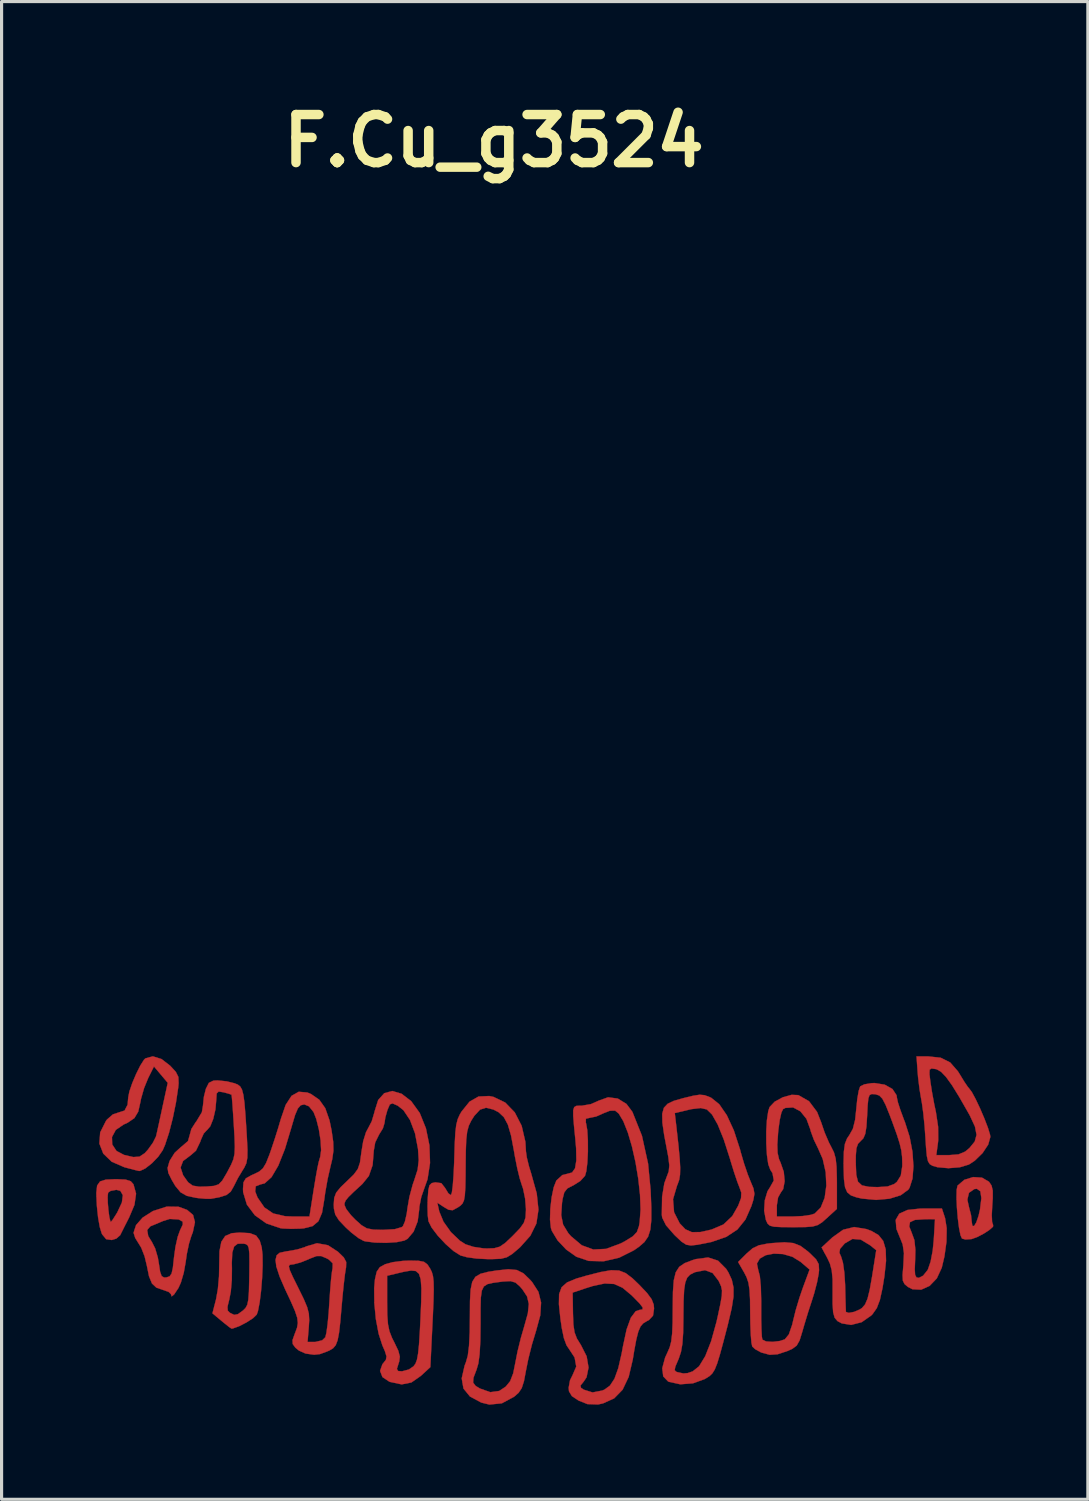
<source format=kicad_pcb>
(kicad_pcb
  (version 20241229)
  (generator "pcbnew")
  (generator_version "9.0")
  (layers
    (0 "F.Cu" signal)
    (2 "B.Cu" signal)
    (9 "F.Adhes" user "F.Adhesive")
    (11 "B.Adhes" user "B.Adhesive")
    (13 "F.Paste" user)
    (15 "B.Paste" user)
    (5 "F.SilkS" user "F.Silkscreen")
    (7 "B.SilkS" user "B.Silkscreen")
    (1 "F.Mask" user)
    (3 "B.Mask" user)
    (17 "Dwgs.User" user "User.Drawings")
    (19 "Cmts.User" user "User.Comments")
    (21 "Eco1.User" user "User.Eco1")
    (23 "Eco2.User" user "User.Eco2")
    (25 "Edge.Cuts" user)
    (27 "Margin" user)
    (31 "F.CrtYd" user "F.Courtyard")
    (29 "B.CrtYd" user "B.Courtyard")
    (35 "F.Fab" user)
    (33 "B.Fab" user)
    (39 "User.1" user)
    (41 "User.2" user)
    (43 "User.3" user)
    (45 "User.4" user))
  (footprint "F.Cu_g3524"
    (layer "F.Cu")
    (at 12.617 1.418)
    (property "Reference" "F.Cu_g3524" (at 0 0 0) (layer "F.SilkS") (effects (font (size 1.524 1.524) (thickness 0.3))))
    (attr through_hole)
    (fp_poly (pts (xy -11.68 32.95) (xy -11.519 33.002) (xy -11.433 33.099) (xy -11.351 33.396) (xy -11.402 33.751) (xy -11.571 34.151) (xy -11.704 34.412) (xy -11.811 34.625) (xy -11.854 34.713) (xy -11.977 34.821) (xy -12.122 34.866) (xy -12.3 34.84) (xy -12.426 34.687) (xy -12.442 34.654) (xy -12.502 34.455) (xy -12.556 34.148) (xy -12.593 33.796) (xy -12.596 33.752) (xy -12.608 33.474) (xy -12.252 33.474) (xy -12.248 33.68) (xy -12.228 33.92) (xy -12.199 34.137) (xy -12.166 34.272) (xy -12.15 34.29) (xy -12.095 34.225) (xy -11.99 34.061) (xy -11.946 33.989) (xy -11.801 33.678) (xy -11.77 33.444) (xy -11.851 33.305) (xy -11.975 33.274) (xy -12.156 33.307) (xy -12.237 33.363) (xy -12.252 33.474) (xy -12.608 33.474) (xy -12.612 33.377) (xy -12.586 33.139) (xy -12.494 33.008) (xy -12.311 32.951) (xy -12.013 32.937) (xy -11.962 32.937) (xy -11.68 32.95)) (stroke (width 0.01) (type solid)) (fill yes) (layer "F.Cu"))
    (fp_poly (pts (xy 15.482 32.888) (xy 15.704 33.018) (xy 15.705 33.019) (xy 15.786 33.139) (xy 15.824 33.299) (xy 15.824 33.547) (xy 15.808 33.776) (xy 15.793 34.076) (xy 15.803 34.295) (xy 15.835 34.39) (xy 15.836 34.391) (xy 15.832 34.445) (xy 15.719 34.545) (xy 15.541 34.662) (xy 15.34 34.768) (xy 15.16 34.834) (xy 15.155 34.836) (xy 14.958 34.85) (xy 14.848 34.82) (xy 14.8 34.711) (xy 14.754 34.479) (xy 14.715 34.173) (xy 14.687 33.838) (xy 14.677 33.587) (xy 15.018 33.587) (xy 15.069 33.819) (xy 15.135 34.076) (xy 15.155 34.27) (xy 15.177 34.416) (xy 15.231 34.422) (xy 15.302 34.307) (xy 15.375 34.094) (xy 15.419 33.9) (xy 15.463 33.537) (xy 15.431 33.32) (xy 15.32 33.241) (xy 15.24 33.25) (xy 15.07 33.368) (xy 15.018 33.587) (xy 14.677 33.587) (xy 14.674 33.523) (xy 14.679 33.275) (xy 14.707 33.14) (xy 14.708 33.139) (xy 14.923 32.956) (xy 15.202 32.87) (xy 15.482 32.888)) (stroke (width 0.01) (type solid)) (fill yes) (layer "F.Cu"))
    (fp_poly (pts (xy 14.311 34.17) (xy 14.363 34.493) (xy 14.356 34.918) (xy 14.291 35.388) (xy 14.206 35.747) (xy 14.049 36.084) (xy 13.82 36.322) (xy 13.552 36.442) (xy 13.277 36.428) (xy 13.134 36.355) (xy 13.026 36.264) (xy 12.972 36.155) (xy 12.963 35.979) (xy 12.987 35.686) (xy 12.988 35.675) (xy 13.007 35.283) (xy 12.967 35.008) (xy 12.926 34.904) (xy 12.769 34.517) (xy 12.762 34.438) (xy 13.175 34.438) (xy 13.251 34.63) (xy 13.338 34.869) (xy 13.37 35.175) (xy 13.362 35.488) (xy 13.35 35.796) (xy 13.361 35.972) (xy 13.403 36.051) (xy 13.478 36.068) (xy 13.613 35.999) (xy 13.751 35.828) (xy 13.77 35.793) (xy 13.853 35.551) (xy 13.919 35.203) (xy 13.953 34.861) (xy 13.992 34.205) (xy 13.663 34.207) (xy 13.356 34.228) (xy 13.199 34.299) (xy 13.175 34.438) (xy 12.762 34.438) (xy 12.745 34.229) (xy 12.86 34.03) (xy 13.119 33.913) (xy 13.53 33.868) (xy 13.625 33.867) (xy 14.211 33.867) (xy 14.311 34.17)) (stroke (width 0.01) (type solid)) (fill yes) (layer "F.Cu"))
    (fp_poly (pts (xy 11.819 34.52) (xy 11.976 34.579) (xy 12.201 34.71) (xy 12.35 34.897) (xy 12.428 35.162) (xy 12.439 35.528) (xy 12.387 36.018) (xy 12.326 36.394) (xy 12.244 36.768) (xy 12.146 37.025) (xy 12.011 37.218) (xy 11.97 37.26) (xy 11.666 37.473) (xy 11.332 37.559) (xy 11.036 37.511) (xy 10.898 37.437) (xy 10.809 37.332) (xy 10.761 37.161) (xy 10.743 36.89) (xy 10.744 36.504) (xy 10.743 36.108) (xy 10.716 35.827) (xy 10.657 35.609) (xy 10.576 35.437) (xy 10.484 35.268) (xy 10.958 35.268) (xy 11.016 35.401) (xy 11.072 35.587) (xy 11.116 35.897) (xy 11.141 36.283) (xy 11.143 36.364) (xy 11.151 36.703) (xy 11.159 36.969) (xy 11.165 37.124) (xy 11.168 37.148) (xy 11.258 37.178) (xy 11.428 37.145) (xy 11.61 37.067) (xy 11.679 37.02) (xy 11.774 36.909) (xy 11.852 36.727) (xy 11.922 36.442) (xy 11.995 36.03) (xy 12.128 35.189) (xy 11.937 35.035) (xy 11.637 34.853) (xy 11.374 34.832) (xy 11.135 34.97) (xy 11.117 34.988) (xy 10.981 35.145) (xy 10.958 35.268) (xy 10.484 35.268) (xy 10.395 35.102) (xy 10.74 34.781) (xy 11.078 34.54) (xy 11.426 34.455) (xy 11.819 34.52)) (stroke (width 0.01) (type solid)) (fill yes) (layer "F.Cu"))
    (fp_poly (pts (xy -7.741 34.649) (xy -7.544 34.724) (xy -7.429 34.882) (xy -7.365 35.099) (xy -7.339 35.338) (xy -7.336 35.68) (xy -7.353 36.078) (xy -7.386 36.482) (xy -7.431 36.846) (xy -7.485 37.122) (xy -7.524 37.233) (xy -7.64 37.345) (xy -7.848 37.48) (xy -8.083 37.601) (xy -8.278 37.671) (xy -8.323 37.677) (xy -8.396 37.628) (xy -8.552 37.504) (xy -8.637 37.434) (xy -8.928 37.191) (xy -8.874 36.981) (xy -8.451 36.981) (xy -8.442 37.106) (xy -8.376 37.174) (xy -8.238 37.241) (xy -8.119 37.218) (xy -7.959 37.102) (xy -7.878 37.022) (xy -7.823 36.92) (xy -7.79 36.76) (xy -7.771 36.509) (xy -7.762 36.134) (xy -7.759 35.98) (xy -7.755 35.563) (xy -7.759 35.286) (xy -7.777 35.118) (xy -7.814 35.031) (xy -7.876 34.994) (xy -7.947 34.981) (xy -8.127 34.984) (xy -8.24 35.071) (xy -8.299 35.266) (xy -8.314 35.594) (xy -8.31 35.77) (xy -8.314 36.139) (xy -8.345 36.493) (xy -8.394 36.751) (xy -8.451 36.981) (xy -8.874 36.981) (xy -8.813 36.743) (xy -8.756 36.421) (xy -8.72 36.021) (xy -8.713 35.664) (xy -8.705 35.222) (xy -8.646 34.922) (xy -8.523 34.739) (xy -8.318 34.65) (xy -8.063 34.63) (xy -7.741 34.649)) (stroke (width 0.01) (type solid)) (fill yes) (layer "F.Cu"))
    (fp_poly (pts (xy -10.001 33.812) (xy -9.732 33.911) (xy -9.543 34.071) (xy -9.483 34.299) (xy -9.55 34.616) (xy -9.6 34.745) (xy -9.673 34.983) (xy -9.741 35.309) (xy -9.778 35.568) (xy -9.838 35.905) (xy -9.929 36.215) (xy -10.006 36.386) (xy -10.145 36.594) (xy -10.222 36.656) (xy -10.245 36.583) (xy -10.318 36.512) (xy -10.493 36.45) (xy -10.493 36.45) (xy -10.706 36.377) (xy -10.846 36.246) (xy -10.94 36.018) (xy -11.006 35.693) (xy -11.08 35.384) (xy -11.187 35.11) (xy -11.257 34.996) (xy -11.378 34.801) (xy -11.43 34.639) (xy -11.43 34.636) (xy -11.402 34.549) (xy -10.998 34.549) (xy -10.965 34.741) (xy -10.847 34.932) (xy -10.746 35.131) (xy -10.661 35.42) (xy -10.629 35.606) (xy -10.588 35.875) (xy -10.539 36.012) (xy -10.461 36.056) (xy -10.386 36.052) (xy -10.288 36.019) (xy -10.225 35.932) (xy -10.184 35.751) (xy -10.15 35.44) (xy -10.149 35.427) (xy -10.101 35.08) (xy -10.03 34.763) (xy -9.955 34.557) (xy -9.869 34.375) (xy -9.873 34.284) (xy -9.975 34.226) (xy -10.009 34.213) (xy -10.284 34.198) (xy -10.499 34.265) (xy -10.721 34.359) (xy -10.885 34.427) (xy -10.901 34.434) (xy -10.998 34.549) (xy -11.402 34.549) (xy -11.352 34.394) (xy -11.142 34.155) (xy -10.83 33.956) (xy -10.805 33.944) (xy -10.377 33.806) (xy -10.001 33.812)) (stroke (width 0.01) (type solid)) (fill yes) (layer "F.Cu"))
    (fp_poly (pts (xy 14.172 29.084) (xy 14.474 29.234) (xy 14.72 29.516) (xy 14.788 29.626) (xy 14.926 29.852) (xy 15.035 30.012) (xy 15.074 30.057) (xy 15.16 30.172) (xy 15.283 30.4) (xy 15.423 30.696) (xy 15.558 31.012) (xy 15.67 31.303) (xy 15.737 31.522) (xy 15.748 31.595) (xy 15.679 31.84) (xy 15.5 32.11) (xy 15.251 32.352) (xy 15.065 32.473) (xy 14.778 32.559) (xy 14.418 32.588) (xy 14.07 32.557) (xy 13.915 32.512) (xy 13.828 32.461) (xy 13.77 32.369) (xy 13.733 32.201) (xy 13.707 31.922) (xy 13.69 31.65) (xy 13.661 31.24) (xy 13.62 30.839) (xy 13.576 30.516) (xy 13.561 30.438) (xy 13.503 30.094) (xy 13.455 29.704) (xy 13.446 29.594) (xy 13.815 29.594) (xy 13.844 29.834) (xy 13.895 30.164) (xy 13.967 30.555) (xy 14.021 30.809) (xy 14.091 31.274) (xy 14.094 31.697) (xy 14.088 31.761) (xy 14.033 32.173) (xy 14.441 32.173) (xy 14.737 32.15) (xy 14.947 32.062) (xy 15.087 31.946) (xy 15.252 31.743) (xy 15.31 31.53) (xy 15.26 31.269) (xy 15.1 30.924) (xy 15.053 30.839) (xy 14.76 30.327) (xy 14.527 29.95) (xy 14.339 29.691) (xy 14.185 29.531) (xy 14.05 29.453) (xy 14.01 29.443) (xy 13.881 29.425) (xy 13.822 29.463) (xy 13.815 29.594) (xy 13.446 29.594) (xy 13.44 29.527) (xy 13.406 29.041) (xy 13.769 29.041) (xy 14.172 29.084)) (stroke (width 0.01) (type solid)) (fill yes) (layer "F.Cu"))
    (fp_poly (pts (xy -10.543 29.126) (xy -10.268 29.339) (xy -10.089 29.534) (xy -10.009 29.694) (xy -10.001 29.896) (xy -10.015 30.038) (xy -10.086 30.51) (xy -10.187 31.003) (xy -10.306 31.466) (xy -10.431 31.846) (xy -10.505 32.017) (xy -10.648 32.224) (xy -10.847 32.43) (xy -11.055 32.594) (xy -11.225 32.674) (xy -11.261 32.675) (xy -11.36 32.652) (xy -11.568 32.598) (xy -11.723 32.557) (xy -12.124 32.383) (xy -12.391 32.125) (xy -12.515 31.807) (xy -12.5 31.599) (xy -12.115 31.599) (xy -12.108 31.835) (xy -11.972 32.041) (xy -11.733 32.167) (xy -11.439 32.235) (xy -11.24 32.221) (xy -11.075 32.111) (xy -10.972 31.997) (xy -10.818 31.782) (xy -10.719 31.583) (xy -10.711 31.553) (xy -10.674 31.389) (xy -10.613 31.11) (xy -10.538 30.765) (xy -10.508 30.625) (xy -10.346 29.88) (xy -10.783 29.361) (xy -10.967 29.73) (xy -11.097 30.048) (xy -11.194 30.388) (xy -11.21 30.476) (xy -11.282 30.794) (xy -11.404 30.999) (xy -11.616 31.144) (xy -11.742 31.201) (xy -11.994 31.373) (xy -12.115 31.599) (xy -12.5 31.599) (xy -12.489 31.453) (xy -12.304 31.085) (xy -12.272 31.044) (xy -12.086 30.881) (xy -11.899 30.819) (xy -11.716 30.76) (xy -11.62 30.574) (xy -11.599 30.341) (xy -11.563 30.155) (xy -11.472 29.889) (xy -11.348 29.597) (xy -11.216 29.332) (xy -11.099 29.148) (xy -11.056 29.105) (xy -10.819 29.04) (xy -10.543 29.126)) (stroke (width 0.01) (type solid)) (fill yes) (layer "F.Cu"))
    (fp_poly (pts (xy -2.387 35.525) (xy -2.217 35.559) (xy -2.109 35.641) (xy -2.023 35.772) (xy -1.969 35.881) (xy -1.933 36.009) (xy -1.913 36.186) (xy -1.908 36.438) (xy -1.916 36.794) (xy -1.937 37.283) (xy -1.946 37.462) (xy -2.016 38.899) (xy -2.319 39.177) (xy -2.617 39.385) (xy -2.924 39.446) (xy -3.288 39.369) (xy -3.319 39.358) (xy -3.535 39.214) (xy -3.611 39.017) (xy -3.536 38.804) (xy -3.507 38.77) (xy -3.425 38.664) (xy -3.407 38.557) (xy -3.456 38.396) (xy -3.539 38.205) (xy -3.656 37.842) (xy -3.744 37.377) (xy -3.793 36.872) (xy -3.798 36.392) (xy -3.774 36.12) (xy -3.747 36) (xy -3.387 36) (xy -3.387 36.84) (xy -3.382 37.248) (xy -3.36 37.537) (xy -3.314 37.76) (xy -3.233 37.968) (xy -3.16 38.112) (xy -3.032 38.38) (xy -2.984 38.565) (xy -3.005 38.725) (xy -3.026 38.788) (xy -3.078 38.957) (xy -3.037 39.022) (xy -2.914 39.031) (xy -2.696 38.973) (xy -2.551 38.873) (xy -2.488 38.789) (xy -2.441 38.664) (xy -2.405 38.469) (xy -2.375 38.178) (xy -2.349 37.763) (xy -2.33 37.382) (xy -2.306 36.817) (xy -2.3 36.4) (xy -2.321 36.114) (xy -2.378 35.937) (xy -2.477 35.85) (xy -2.628 35.835) (xy -2.838 35.87) (xy -2.956 35.897) (xy -3.387 36) (xy -3.747 36) (xy -3.717 35.871) (xy -3.618 35.727) (xy -3.446 35.633) (xy -3.208 35.569) (xy -2.887 35.528) (xy -2.673 35.519) (xy -2.387 35.525)) (stroke (width 0.01) (type solid)) (fill yes) (layer "F.Cu"))
    (fp_poly (pts (xy 9.497 34.963) (xy 9.725 35.053) (xy 9.955 35.224) (xy 10.033 35.294) (xy 10.221 35.481) (xy 10.304 35.633) (xy 10.314 35.822) (xy 10.303 35.929) (xy 10.251 36.207) (xy 10.161 36.552) (xy 10.087 36.788) (xy 9.965 37.162) (xy 9.843 37.564) (xy 9.783 37.773) (xy 9.697 38.051) (xy 9.604 38.216) (xy 9.463 38.32) (xy 9.312 38.387) (xy 8.997 38.491) (xy 8.75 38.507) (xy 8.496 38.439) (xy 8.469 38.429) (xy 8.287 38.329) (xy 8.195 38.244) (xy 8.169 38.122) (xy 8.148 37.87) (xy 8.134 37.526) (xy 8.129 37.185) (xy 8.125 36.75) (xy 8.108 36.442) (xy 8.074 36.222) (xy 8.015 36.046) (xy 7.938 35.896) (xy 7.776 35.615) (xy 8.343 35.615) (xy 8.385 35.819) (xy 8.386 35.822) (xy 8.436 36.013) (xy 8.468 36.352) (xy 8.48 36.82) (xy 8.479 36.983) (xy 8.479 37.374) (xy 8.487 37.704) (xy 8.5 37.934) (xy 8.516 38.026) (xy 8.634 38.083) (xy 8.845 38.097) (xy 9.076 38.068) (xy 9.228 38.016) (xy 9.355 37.862) (xy 9.461 37.556) (xy 9.487 37.444) (xy 9.572 37.099) (xy 9.693 36.695) (xy 9.801 36.38) (xy 10.014 35.804) (xy 9.727 35.558) (xy 9.465 35.397) (xy 9.171 35.312) (xy 8.88 35.298) (xy 8.623 35.348) (xy 8.433 35.456) (xy 8.343 35.615) (xy 7.776 35.615) (xy 7.747 35.564) (xy 8.021 35.29) (xy 8.208 35.128) (xy 8.405 35.034) (xy 8.679 34.98) (xy 8.825 34.964) (xy 9.216 34.938) (xy 9.497 34.963)) (stroke (width 0.01) (type solid)) (fill yes) (layer "F.Cu"))
    (fp_poly (pts (xy 0.728 35.818) (xy 0.942 35.927) (xy 1.158 36.138) (xy 1.215 36.204) (xy 1.413 36.512) (xy 1.497 36.851) (xy 1.471 37.253) (xy 1.336 37.753) (xy 1.33 37.77) (xy 1.205 38.186) (xy 1.089 38.648) (xy 1.016 39.012) (xy 0.953 39.347) (xy 0.883 39.563) (xy 0.783 39.713) (xy 0.641 39.837) (xy 0.253 40.046) (xy -0.142 40.086) (xy -0.4 40.023) (xy -0.759 39.831) (xy -0.965 39.578) (xy -0.998 39.387) (xy -0.66 39.387) (xy -0.581 39.493) (xy -0.445 39.576) (xy -0.116 39.693) (xy 0.169 39.654) (xy 0.374 39.518) (xy 0.515 39.346) (xy 0.612 39.096) (xy 0.676 38.777) (xy 0.749 38.405) (xy 0.856 37.971) (xy 0.965 37.595) (xy 1.077 37.192) (xy 1.108 36.895) (xy 1.052 36.656) (xy 0.904 36.431) (xy 0.82 36.335) (xy 0.682 36.215) (xy 0.527 36.17) (xy 0.287 36.183) (xy 0.232 36.19) (xy -0.023 36.224) (xy -0.202 36.264) (xy -0.318 36.338) (xy -0.384 36.473) (xy -0.415 36.696) (xy -0.423 37.035) (xy -0.423 37.506) (xy -0.43 38.067) (xy -0.453 38.483) (xy -0.493 38.781) (xy -0.55 38.976) (xy -0.647 39.232) (xy -0.66 39.387) (xy -0.998 39.387) (xy -1.021 39.254) (xy -0.929 38.85) (xy -0.889 38.748) (xy -0.828 38.535) (xy -0.789 38.223) (xy -0.767 37.786) (xy -0.762 37.312) (xy -0.759 36.805) (xy -0.739 36.441) (xy -0.687 36.193) (xy -0.587 36.034) (xy -0.425 35.937) (xy -0.186 35.876) (xy 0.083 35.833) (xy 0.459 35.793) (xy 0.728 35.818)) (stroke (width 0.01) (type solid)) (fill yes) (layer "F.Cu"))
    (fp_poly (pts (xy 7.109 35.521) (xy 7.366 35.779) (xy 7.438 35.894) (xy 7.547 36.129) (xy 7.601 36.373) (xy 7.6 36.663) (xy 7.542 37.034) (xy 7.427 37.523) (xy 7.41 37.592) (xy 7.272 38.121) (xy 7.166 38.51) (xy 7.081 38.786) (xy 7.006 38.973) (xy 6.93 39.096) (xy 6.843 39.18) (xy 6.734 39.249) (xy 6.683 39.279) (xy 6.314 39.412) (xy 5.913 39.443) (xy 5.555 39.365) (xy 5.524 39.351) (xy 5.371 39.192) (xy 5.348 38.996) (xy 5.734 38.996) (xy 5.785 39.046) (xy 5.827 39.059) (xy 6.01 39.099) (xy 6.145 39.088) (xy 6.307 39.032) (xy 6.509 38.871) (xy 6.705 38.549) (xy 6.891 38.076) (xy 7.062 37.459) (xy 7.107 37.258) (xy 7.186 36.886) (xy 7.229 36.637) (xy 7.235 36.467) (xy 7.207 36.334) (xy 7.145 36.195) (xy 7.125 36.157) (xy 6.937 35.912) (xy 6.696 35.823) (xy 6.385 35.885) (xy 6.35 35.899) (xy 6.221 35.966) (xy 6.13 36.062) (xy 6.07 36.215) (xy 6.034 36.451) (xy 6.017 36.799) (xy 6.011 37.287) (xy 6.011 37.338) (xy 6.003 37.812) (xy 5.979 38.158) (xy 5.934 38.416) (xy 5.864 38.627) (xy 5.847 38.667) (xy 5.754 38.885) (xy 5.734 38.996) (xy 5.348 38.996) (xy 5.34 38.934) (xy 5.431 38.595) (xy 5.503 38.439) (xy 5.576 38.271) (xy 5.625 38.082) (xy 5.654 37.835) (xy 5.669 37.491) (xy 5.673 37.017) (xy 5.679 36.511) (xy 5.706 36.145) (xy 5.768 35.891) (xy 5.879 35.718) (xy 6.052 35.599) (xy 6.301 35.504) (xy 6.409 35.471) (xy 6.795 35.42) (xy 7.109 35.521)) (stroke (width 0.01) (type solid)) (fill yes) (layer "F.Cu"))
    (fp_poly (pts (xy -5.919 30.187) (xy -5.8 30.236) (xy -5.539 30.417) (xy -5.35 30.684) (xy -5.215 31.069) (xy -5.149 31.391) (xy -5.097 31.755) (xy -5.09 32.034) (xy -5.13 32.311) (xy -5.184 32.534) (xy -5.274 32.929) (xy -5.351 33.364) (xy -5.383 33.596) (xy -5.452 34.003) (xy -5.566 34.27) (xy -5.751 34.425) (xy -6.028 34.496) (xy -6.144 34.505) (xy -6.439 34.512) (xy -6.696 34.501) (xy -6.773 34.491) (xy -7.218 34.34) (xy -7.581 34.082) (xy -7.835 33.744) (xy -7.953 33.355) (xy -7.955 33.324) (xy -7.573 33.324) (xy -7.498 33.518) (xy -7.281 33.833) (xy -7.001 34.024) (xy -6.623 34.111) (xy -6.385 34.121) (xy -5.85 34.121) (xy -5.807 33.846) (xy -5.721 33.296) (xy -5.654 32.889) (xy -5.602 32.6) (xy -5.56 32.402) (xy -5.523 32.27) (xy -5.51 32.234) (xy -5.481 32.019) (xy -5.498 31.705) (xy -5.553 31.352) (xy -5.636 31.023) (xy -5.72 30.809) (xy -5.867 30.625) (xy -6.015 30.565) (xy -6.128 30.592) (xy -6.219 30.694) (xy -6.307 30.901) (xy -6.408 31.241) (xy -6.42 31.284) (xy -6.629 31.979) (xy -6.84 32.509) (xy -7.054 32.872) (xy -7.27 33.068) (xy -7.413 33.105) (xy -7.555 33.161) (xy -7.573 33.324) (xy -7.955 33.324) (xy -7.959 33.251) (xy -7.944 33.037) (xy -7.869 32.911) (xy -7.689 32.81) (xy -7.622 32.781) (xy -7.447 32.696) (xy -7.325 32.59) (xy -7.226 32.423) (xy -7.119 32.153) (xy -7.067 32.004) (xy -6.948 31.647) (xy -6.84 31.304) (xy -6.764 31.045) (xy -6.76 31.03) (xy -6.606 30.581) (xy -6.419 30.293) (xy -6.191 30.164) (xy -5.919 30.187)) (stroke (width 0.01) (type solid)) (fill yes) (layer "F.Cu"))
    (fp_poly (pts (xy 12.397 29.939) (xy 12.643 30.077) (xy 12.773 30.275) (xy 12.785 30.36) (xy 12.815 30.499) (xy 12.895 30.745) (xy 13.009 31.053) (xy 13.039 31.128) (xy 13.186 31.589) (xy 13.277 32.068) (xy 13.308 32.524) (xy 13.279 32.917) (xy 13.186 33.207) (xy 13.145 33.269) (xy 12.904 33.446) (xy 12.549 33.556) (xy 12.123 33.594) (xy 11.67 33.551) (xy 11.502 33.513) (xy 11.326 33.451) (xy 11.209 33.355) (xy 11.139 33.194) (xy 11.104 32.937) (xy 11.093 32.55) (xy 11.093 32.439) (xy 11.479 32.439) (xy 11.494 32.796) (xy 11.549 33.017) (xy 11.675 33.134) (xy 11.902 33.18) (xy 12.171 33.188) (xy 12.489 33.167) (xy 12.697 33.091) (xy 12.785 33.02) (xy 12.907 32.823) (xy 12.953 32.527) (xy 12.954 32.448) (xy 12.948 32.228) (xy 12.924 32.026) (xy 12.871 31.801) (xy 12.78 31.516) (xy 12.641 31.132) (xy 12.555 30.903) (xy 12.425 30.58) (xy 12.323 30.384) (xy 12.225 30.283) (xy 12.108 30.244) (xy 12.093 30.242) (xy 11.984 30.236) (xy 11.916 30.269) (xy 11.878 30.375) (xy 11.856 30.587) (xy 11.84 30.906) (xy 11.817 31.267) (xy 11.78 31.498) (xy 11.72 31.639) (xy 11.641 31.719) (xy 11.55 31.813) (xy 11.499 31.955) (xy 11.48 32.19) (xy 11.479 32.439) (xy 11.093 32.439) (xy 11.092 32.418) (xy 11.101 32.059) (xy 11.134 31.818) (xy 11.202 31.645) (xy 11.272 31.543) (xy 11.387 31.338) (xy 11.459 31.051) (xy 11.495 30.706) (xy 11.527 30.39) (xy 11.571 30.136) (xy 11.618 29.996) (xy 11.62 29.993) (xy 11.752 29.928) (xy 11.98 29.891) (xy 12.075 29.887) (xy 12.397 29.939)) (stroke (width 0.01) (type solid)) (fill yes) (layer "F.Cu"))
    (fp_poly (pts (xy -5.262 35.033) (xy -4.949 35.237) (xy -4.762 35.419) (xy -4.685 35.564) (xy -4.69 35.732) (xy -4.696 35.766) (xy -4.726 35.957) (xy -4.763 36.269) (xy -4.802 36.654) (xy -4.829 36.957) (xy -4.872 37.452) (xy -4.912 37.806) (xy -4.958 38.047) (xy -5.018 38.202) (xy -5.101 38.3) (xy -5.216 38.369) (xy -5.292 38.402) (xy -5.518 38.485) (xy -5.701 38.505) (xy -5.938 38.473) (xy -5.981 38.465) (xy -6.185 38.373) (xy -6.3 38.278) (xy -6.382 38.164) (xy -6.388 38.041) (xy -6.318 37.843) (xy -6.305 37.811) (xy -6.244 37.646) (xy -6.219 37.498) (xy -6.238 37.333) (xy -6.31 37.116) (xy -6.442 36.813) (xy -6.622 36.431) (xy -6.796 36.03) (xy -6.901 35.709) (xy -6.902 35.703) (xy -6.504 35.703) (xy -6.475 35.819) (xy -6.383 36.027) (xy -6.219 36.357) (xy -6.205 36.386) (xy -6.03 36.742) (xy -5.923 36.998) (xy -5.87 37.204) (xy -5.859 37.41) (xy -5.871 37.613) (xy -5.911 38.1) (xy -5.668 38.1) (xy -5.448 38.048) (xy -5.348 37.952) (xy -5.313 37.81) (xy -5.276 37.54) (xy -5.242 37.185) (xy -5.221 36.872) (xy -5.195 36.474) (xy -5.166 36.124) (xy -5.136 35.866) (xy -5.117 35.757) (xy -5.114 35.605) (xy -5.234 35.487) (xy -5.307 35.447) (xy -5.478 35.375) (xy -5.628 35.376) (xy -5.834 35.455) (xy -5.887 35.48) (xy -6.138 35.58) (xy -6.354 35.637) (xy -6.401 35.642) (xy -6.477 35.653) (xy -6.504 35.703) (xy -6.902 35.703) (xy -6.927 35.499) (xy -6.891 35.351) (xy -6.796 35.271) (xy -6.592 35.227) (xy -6.519 35.217) (xy -6.24 35.166) (xy -6.005 35.094) (xy -5.953 35.069) (xy -5.611 34.968) (xy -5.262 35.033)) (stroke (width 0.01) (type solid)) (fill yes) (layer "F.Cu"))
    (fp_poly (pts (xy 9.657 30.27) (xy 9.996 30.464) (xy 10.251 30.803) (xy 10.38 31.131) (xy 10.492 31.459) (xy 10.627 31.773) (xy 10.698 31.909) (xy 10.786 32.085) (xy 10.841 32.282) (xy 10.869 32.545) (xy 10.879 32.92) (xy 10.88 33.047) (xy 10.88 33.879) (xy 10.563 34.169) (xy 10.407 34.307) (xy 10.271 34.392) (xy 10.111 34.438) (xy 9.879 34.456) (xy 9.53 34.459) (xy 9.482 34.459) (xy 9.119 34.457) (xy 8.889 34.445) (xy 8.756 34.412) (xy 8.683 34.349) (xy 8.634 34.245) (xy 8.627 34.227) (xy 8.572 33.936) (xy 8.581 33.792) (xy 8.975 33.792) (xy 8.975 34.121) (xy 9.488 34.121) (xy 9.794 34.106) (xy 10.052 34.068) (xy 10.173 34.029) (xy 10.367 33.836) (xy 10.492 33.527) (xy 10.545 33.14) (xy 10.525 32.717) (xy 10.43 32.295) (xy 10.284 31.962) (xy 10.15 31.686) (xy 10.051 31.416) (xy 10.035 31.352) (xy 9.914 31.022) (xy 9.722 30.784) (xy 9.491 30.661) (xy 9.25 30.675) (xy 9.173 30.714) (xy 9.12 30.823) (xy 9.067 31.056) (xy 9.024 31.368) (xy 9.015 31.461) (xy 8.99 31.842) (xy 8.999 32.105) (xy 9.044 32.301) (xy 9.092 32.409) (xy 9.195 32.702) (xy 9.223 33.002) (xy 9.177 33.25) (xy 9.102 33.359) (xy 9.014 33.516) (xy 8.975 33.763) (xy 8.975 33.792) (xy 8.581 33.792) (xy 8.593 33.607) (xy 8.679 33.318) (xy 8.756 33.197) (xy 8.879 32.976) (xy 8.837 32.746) (xy 8.766 32.634) (xy 8.703 32.463) (xy 8.661 32.171) (xy 8.64 31.809) (xy 8.639 31.423) (xy 8.66 31.063) (xy 8.703 30.777) (xy 8.745 30.649) (xy 8.908 30.477) (xy 9.166 30.338) (xy 9.446 30.261) (xy 9.657 30.27)) (stroke (width 0.01) (type solid)) (fill yes) (layer "F.Cu"))
    (fp_poly (pts (xy 6.681 30.272) (xy 6.837 30.329) (xy 6.897 30.357) (xy 7.147 30.558) (xy 7.389 30.909) (xy 7.612 31.392) (xy 7.806 31.988) (xy 7.832 32.089) (xy 7.936 32.444) (xy 8.056 32.795) (xy 8.14 33.005) (xy 8.235 33.232) (xy 8.264 33.403) (xy 8.229 33.597) (xy 8.168 33.79) (xy 7.981 34.214) (xy 7.725 34.532) (xy 7.374 34.765) (xy 6.903 34.928) (xy 6.456 35.017) (xy 6.251 35.04) (xy 6.101 35.015) (xy 5.951 34.918) (xy 5.746 34.725) (xy 5.715 34.693) (xy 5.459 34.399) (xy 5.339 34.158) (xy 5.326 34.068) (xy 5.334 33.573) (xy 5.682 33.573) (xy 5.715 33.985) (xy 5.894 34.338) (xy 6.075 34.527) (xy 6.278 34.617) (xy 6.547 34.614) (xy 6.9 34.535) (xy 7.28 34.374) (xy 7.561 34.108) (xy 7.749 33.777) (xy 7.84 33.538) (xy 7.848 33.364) (xy 7.794 33.21) (xy 7.721 33.02) (xy 7.621 32.724) (xy 7.513 32.375) (xy 7.485 32.279) (xy 7.29 31.673) (xy 7.1 31.205) (xy 6.918 30.884) (xy 6.756 30.725) (xy 6.563 30.68) (xy 6.27 30.714) (xy 6.164 30.738) (xy 5.738 30.84) (xy 5.793 31.316) (xy 5.854 31.866) (xy 5.893 32.277) (xy 5.91 32.577) (xy 5.904 32.795) (xy 5.877 32.959) (xy 5.828 33.098) (xy 5.81 33.138) (xy 5.682 33.573) (xy 5.334 33.573) (xy 5.335 33.495) (xy 5.407 33.062) (xy 5.477 32.873) (xy 5.546 32.69) (xy 5.564 32.5) (xy 5.534 32.24) (xy 5.502 32.068) (xy 5.401 31.535) (xy 5.344 31.142) (xy 5.339 30.863) (xy 5.392 30.672) (xy 5.512 30.544) (xy 5.706 30.452) (xy 5.982 30.373) (xy 6.004 30.367) (xy 6.319 30.29) (xy 6.527 30.258) (xy 6.681 30.272)) (stroke (width 0.01) (type solid)) (fill yes) (layer "F.Cu"))
    (fp_poly (pts (xy 3.969 35.834) (xy 4.181 35.917) (xy 4.395 36.08) (xy 4.609 36.285) (xy 4.859 36.549) (xy 5.004 36.746) (xy 5.069 36.915) (xy 5.08 37.043) (xy 5.047 37.267) (xy 4.92 37.403) (xy 4.852 37.439) (xy 4.737 37.508) (xy 4.651 37.608) (xy 4.581 37.769) (xy 4.517 38.02) (xy 4.448 38.392) (xy 4.405 38.658) (xy 4.275 39.209) (xy 4.082 39.615) (xy 3.815 39.889) (xy 3.46 40.049) (xy 3.302 40.083) (xy 2.967 40.071) (xy 2.688 39.96) (xy 2.473 39.817) (xy 2.382 39.666) (xy 2.371 39.553) (xy 2.415 39.314) (xy 2.495 39.153) (xy 2.612 38.881) (xy 2.56 38.593) (xy 2.417 38.374) (xy 2.303 38.204) (xy 2.22 37.979) (xy 2.153 37.657) (xy 2.109 37.353) (xy 2.062 36.902) (xy 2.068 36.583) (xy 2.086 36.534) (xy 2.498 36.534) (xy 2.508 37.191) (xy 2.521 37.548) (xy 2.558 37.795) (xy 2.633 37.992) (xy 2.76 38.197) (xy 2.942 38.556) (xy 3.002 38.911) (xy 2.939 39.22) (xy 2.849 39.356) (xy 2.747 39.483) (xy 2.763 39.556) (xy 2.851 39.614) (xy 3.129 39.701) (xy 3.438 39.641) (xy 3.506 39.612) (xy 3.681 39.485) (xy 3.825 39.266) (xy 3.945 38.932) (xy 4.053 38.461) (xy 4.093 38.243) (xy 4.209 37.704) (xy 4.343 37.332) (xy 4.496 37.127) (xy 4.616 37.084) (xy 4.713 37.069) (xy 4.72 37.008) (xy 4.625 36.882) (xy 4.417 36.669) (xy 4.357 36.611) (xy 4.081 36.381) (xy 3.815 36.261) (xy 3.514 36.245) (xy 3.132 36.326) (xy 2.921 36.393) (xy 2.498 36.534) (xy 2.086 36.534) (xy 2.148 36.364) (xy 2.323 36.21) (xy 2.613 36.09) (xy 2.943 35.994) (xy 3.392 35.88) (xy 3.72 35.824) (xy 3.969 35.834)) (stroke (width 0.01) (type solid)) (fill yes) (layer "F.Cu"))
    (fp_poly (pts (xy -8.476 29.833) (xy -8.231 29.894) (xy -8.127 29.935) (xy -8.049 29.994) (xy -7.991 30.094) (xy -7.948 30.258) (xy -7.913 30.51) (xy -7.883 30.874) (xy -7.85 31.374) (xy -7.835 31.623) (xy -7.817 32) (xy -7.821 32.255) (xy -7.853 32.431) (xy -7.92 32.573) (xy -7.962 32.639) (xy -8.121 32.903) (xy -8.253 33.165) (xy -8.348 33.332) (xy -8.485 33.439) (xy -8.711 33.51) (xy -8.975 33.558) (xy -9.136 33.559) (xy -9.38 33.537) (xy -9.454 33.527) (xy -9.74 33.466) (xy -9.938 33.354) (xy -10.106 33.151) (xy -10.218 32.961) (xy -10.327 32.742) (xy -10.351 32.581) (xy -10.347 32.567) (xy -9.939 32.567) (xy -9.859 32.81) (xy -9.847 32.829) (xy -9.699 33.036) (xy -9.553 33.142) (xy -9.349 33.175) (xy -9.11 33.169) (xy -8.879 33.15) (xy -8.731 33.1) (xy -8.617 32.982) (xy -8.486 32.76) (xy -8.443 32.681) (xy -8.335 32.476) (xy -8.265 32.308) (xy -8.228 32.135) (xy -8.218 31.914) (xy -8.228 31.602) (xy -8.249 31.244) (xy -8.273 30.86) (xy -8.295 30.544) (xy -8.313 30.332) (xy -8.323 30.257) (xy -8.408 30.226) (xy -8.573 30.181) (xy -8.73 30.156) (xy -8.794 30.217) (xy -8.806 30.406) (xy -8.806 30.407) (xy -8.833 30.721) (xy -8.902 31.022) (xy -8.997 31.259) (xy -9.102 31.381) (xy -9.106 31.382) (xy -9.205 31.488) (xy -9.296 31.692) (xy -9.312 31.744) (xy -9.451 32.033) (xy -9.616 32.176) (xy -9.86 32.36) (xy -9.939 32.567) (xy -10.347 32.567) (xy -10.298 32.394) (xy -10.278 32.343) (xy -10.127 32.101) (xy -9.922 31.912) (xy -9.905 31.902) (xy -9.704 31.728) (xy -9.652 31.547) (xy -9.596 31.343) (xy -9.458 31.127) (xy -9.44 31.107) (xy -9.264 30.815) (xy -9.229 30.607) (xy -9.199 30.322) (xy -9.136 30.069) (xy -9.042 29.881) (xy -8.897 29.81) (xy -8.767 29.803) (xy -8.476 29.833)) (stroke (width 0.01) (type solid)) (fill yes) (layer "F.Cu"))
    (fp_poly (pts (xy -2.93 30.226) (xy -2.624 30.461) (xy -2.351 30.839) (xy -2.156 31.324) (xy -2.045 31.867) (xy -2.026 32.422) (xy -2.106 32.941) (xy -2.199 33.201) (xy -2.304 33.502) (xy -2.364 33.807) (xy -2.369 33.891) (xy -2.418 34.274) (xy -2.547 34.601) (xy -2.735 34.825) (xy -2.838 34.883) (xy -3.08 34.934) (xy -3.416 34.956) (xy -3.771 34.948) (xy -4.072 34.91) (xy -4.13 34.895) (xy -4.292 34.808) (xy -4.515 34.637) (xy -4.701 34.467) (xy -4.917 34.239) (xy -5.031 34.06) (xy -5.075 33.872) (xy -5.079 33.753) (xy -4.741 33.753) (xy -4.683 33.886) (xy -4.534 34.078) (xy -4.399 34.218) (xy -4.198 34.398) (xy -4.031 34.496) (xy -3.831 34.536) (xy -3.531 34.544) (xy -3.52 34.544) (xy -3.142 34.522) (xy -2.923 34.457) (xy -2.886 34.426) (xy -2.822 34.278) (xy -2.765 34.029) (xy -2.742 33.854) (xy -2.68 33.496) (xy -2.576 33.109) (xy -2.522 32.954) (xy -2.419 32.633) (xy -2.385 32.336) (xy -2.407 31.981) (xy -2.502 31.482) (xy -2.661 31.06) (xy -2.869 30.749) (xy -3.049 30.606) (xy -3.215 30.533) (xy -3.301 30.565) (xy -3.372 30.729) (xy -3.379 30.748) (xy -3.444 30.978) (xy -3.471 31.159) (xy -3.521 31.325) (xy -3.641 31.519) (xy -3.765 31.77) (xy -3.81 32.028) (xy -3.847 32.49) (xy -3.967 32.834) (xy -4.171 33.087) (xy -4.443 33.336) (xy -4.612 33.501) (xy -4.702 33.612) (xy -4.737 33.695) (xy -4.741 33.753) (xy -5.079 33.753) (xy -5.08 33.739) (xy -5.066 33.53) (xy -5.003 33.364) (xy -4.861 33.19) (xy -4.67 33.007) (xy -4.446 32.789) (xy -4.317 32.614) (xy -4.249 32.413) (xy -4.208 32.12) (xy -4.204 32.084) (xy -4.146 31.733) (xy -4.057 31.446) (xy -3.993 31.327) (xy -3.874 31.097) (xy -3.791 30.818) (xy -3.785 30.787) (xy -3.671 30.425) (xy -3.477 30.208) (xy -3.224 30.14) (xy -2.93 30.226)) (stroke (width 0.01) (type solid)) (fill yes) (layer "F.Cu"))
    (fp_poly (pts (xy 3.929 30.379) (xy 4.206 30.551) (xy 4.393 30.801) (xy 4.696 31.56) (xy 4.89 32.439) (xy 4.971 33.282) (xy 4.993 33.83) (xy 4.993 34.239) (xy 4.962 34.538) (xy 4.892 34.759) (xy 4.775 34.93) (xy 4.602 35.081) (xy 4.445 35.19) (xy 3.973 35.427) (xy 3.48 35.541) (xy 3.006 35.529) (xy 2.614 35.396) (xy 2.293 35.168) (xy 2.02 34.878) (xy 1.84 34.58) (xy 1.809 34.488) (xy 1.78 34.223) (xy 1.784 34.078) (xy 2.135 34.078) (xy 2.195 34.378) (xy 2.357 34.645) (xy 2.444 34.745) (xy 2.786 35.033) (xy 3.153 35.167) (xy 3.559 35.147) (xy 4.022 34.975) (xy 4.168 34.897) (xy 4.407 34.749) (xy 4.537 34.611) (xy 4.602 34.425) (xy 4.623 34.304) (xy 4.652 33.901) (xy 4.635 33.43) (xy 4.579 32.919) (xy 4.492 32.4) (xy 4.38 31.903) (xy 4.249 31.459) (xy 4.106 31.099) (xy 3.959 30.854) (xy 3.845 30.762) (xy 3.68 30.765) (xy 3.474 30.846) (xy 3.47 30.848) (xy 3.244 30.949) (xy 3.05 30.988) (xy 2.918 31.019) (xy 2.916 31.141) (xy 2.923 31.163) (xy 2.962 31.385) (xy 2.981 31.703) (xy 2.982 32.062) (xy 2.965 32.408) (xy 2.931 32.686) (xy 2.89 32.83) (xy 2.743 32.992) (xy 2.523 33.131) (xy 2.504 33.139) (xy 2.33 33.23) (xy 2.233 33.353) (xy 2.179 33.565) (xy 2.161 33.684) (xy 2.135 34.078) (xy 1.784 34.078) (xy 1.789 33.877) (xy 1.831 33.514) (xy 1.897 33.194) (xy 1.981 32.98) (xy 1.982 32.978) (xy 2.172 32.805) (xy 2.329 32.766) (xy 2.48 32.725) (xy 2.574 32.59) (xy 2.615 32.34) (xy 2.608 31.957) (xy 2.584 31.677) (xy 2.54 31.235) (xy 2.516 30.936) (xy 2.516 30.75) (xy 2.547 30.651) (xy 2.613 30.612) (xy 2.719 30.605) (xy 2.794 30.605) (xy 3.076 30.556) (xy 3.327 30.445) (xy 3.621 30.339) (xy 3.929 30.379)) (stroke (width 0.01) (type solid)) (fill yes) (layer "F.Cu"))
    (fp_poly (pts (xy -0.014 30.326) (xy 0.359 30.505) (xy 0.662 30.818) (xy 0.88 31.242) (xy 0.999 31.752) (xy 1.016 32.053) (xy 1.043 32.245) (xy 1.112 32.527) (xy 1.187 32.772) (xy 1.359 33.39) (xy 1.413 33.905) (xy 1.347 34.344) (xy 1.156 34.731) (xy 0.835 35.091) (xy 0.786 35.135) (xy 0.575 35.313) (xy 0.407 35.415) (xy 0.221 35.461) (xy -0.046 35.472) (xy -0.202 35.472) (xy -0.546 35.455) (xy -0.857 35.412) (xy -1.058 35.357) (xy -1.279 35.217) (xy -1.534 34.992) (xy -1.781 34.728) (xy -1.976 34.471) (xy -2.076 34.27) (xy -2.099 34.077) (xy -2.106 33.789) (xy -2.103 33.682) (xy -1.795 33.682) (xy -1.733 33.962) (xy -1.6 34.284) (xy -1.365 34.615) (xy -1.078 34.889) (xy -0.901 35.002) (xy -0.65 35.083) (xy -0.336 35.13) (xy -0.221 35.135) (xy 0.012 35.126) (xy 0.185 35.078) (xy 0.355 34.962) (xy 0.577 34.753) (xy 0.605 34.725) (xy 0.825 34.496) (xy 0.948 34.324) (xy 1.003 34.153) (xy 1.016 33.925) (xy 1.016 33.876) (xy 0.99 33.551) (xy 0.926 33.24) (xy 0.89 33.136) (xy 0.82 32.917) (xy 0.74 32.587) (xy 0.664 32.204) (xy 0.635 32.034) (xy 0.544 31.551) (xy 0.443 31.206) (xy 0.317 30.971) (xy 0.151 30.814) (xy -0.014 30.728) (xy -0.25 30.67) (xy -0.441 30.731) (xy -0.623 30.929) (xy -0.72 31.082) (xy -0.796 31.239) (xy -0.847 31.424) (xy -0.877 31.678) (xy -0.891 32.037) (xy -0.895 32.343) (xy -0.899 32.844) (xy -0.906 33.204) (xy -0.922 33.45) (xy -0.95 33.609) (xy -0.996 33.709) (xy -1.064 33.778) (xy -1.143 33.832) (xy -1.306 33.921) (xy -1.435 33.908) (xy -1.575 33.827) (xy -1.795 33.682) (xy -2.103 33.682) (xy -2.1 33.567) (xy -2.08 33.285) (xy -2.044 33.13) (xy -1.972 33.061) (xy -1.857 33.037) (xy -1.668 33.063) (xy -1.545 33.22) (xy -1.541 33.228) (xy -1.445 33.385) (xy -1.365 33.443) (xy -1.334 33.364) (xy -1.305 33.145) (xy -1.28 32.819) (xy -1.261 32.415) (xy -1.257 32.279) (xy -1.242 31.801) (xy -1.223 31.457) (xy -1.194 31.214) (xy -1.149 31.035) (xy -1.083 30.888) (xy -1.029 30.795) (xy -0.772 30.476) (xy -0.487 30.314) (xy -0.149 30.299) (xy -0.014 30.326)) (stroke (width 0.01) (type solid)) (fill yes) (layer "F.Cu")))
  (gr_rect
    (start -3 -3)
    (end 31.458 44.509)
    (stroke (width 0.1) (type default))
    (fill no)
    (layer "Edge.Cuts")))
</source>
